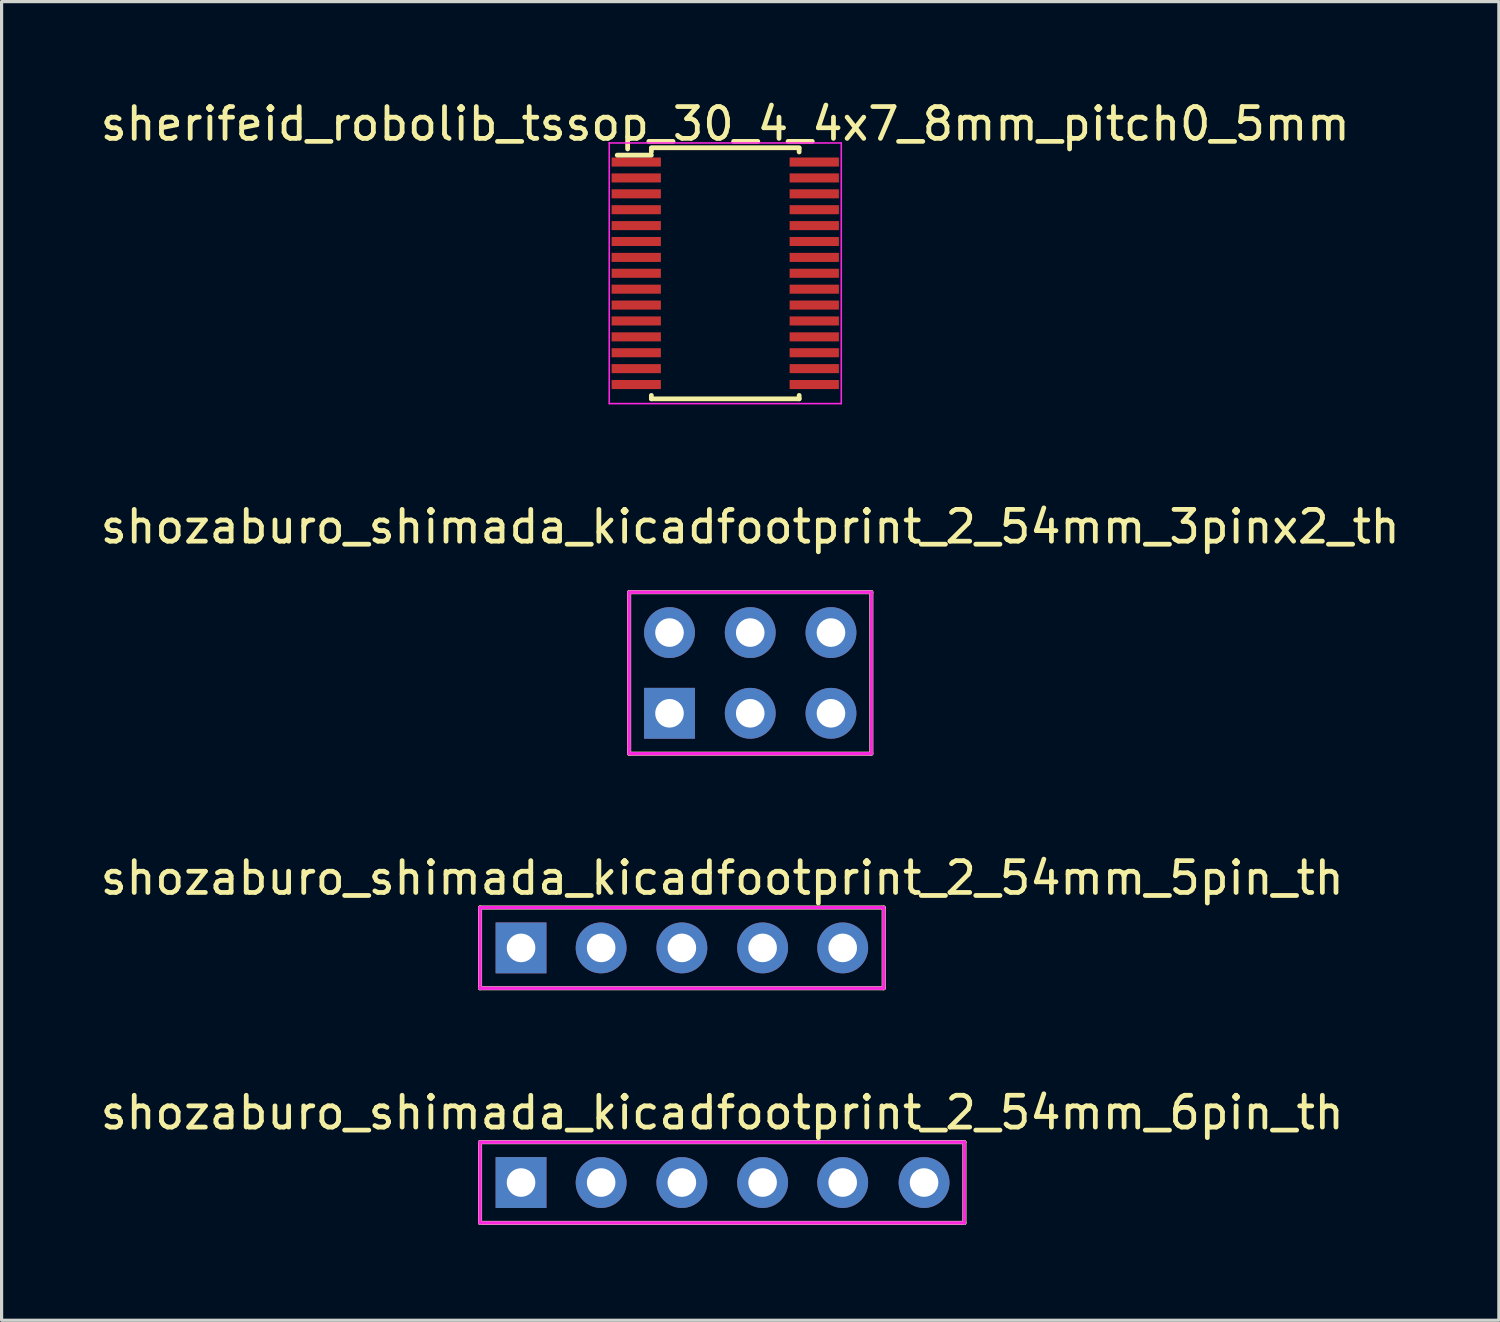
<source format=kicad_pcb>
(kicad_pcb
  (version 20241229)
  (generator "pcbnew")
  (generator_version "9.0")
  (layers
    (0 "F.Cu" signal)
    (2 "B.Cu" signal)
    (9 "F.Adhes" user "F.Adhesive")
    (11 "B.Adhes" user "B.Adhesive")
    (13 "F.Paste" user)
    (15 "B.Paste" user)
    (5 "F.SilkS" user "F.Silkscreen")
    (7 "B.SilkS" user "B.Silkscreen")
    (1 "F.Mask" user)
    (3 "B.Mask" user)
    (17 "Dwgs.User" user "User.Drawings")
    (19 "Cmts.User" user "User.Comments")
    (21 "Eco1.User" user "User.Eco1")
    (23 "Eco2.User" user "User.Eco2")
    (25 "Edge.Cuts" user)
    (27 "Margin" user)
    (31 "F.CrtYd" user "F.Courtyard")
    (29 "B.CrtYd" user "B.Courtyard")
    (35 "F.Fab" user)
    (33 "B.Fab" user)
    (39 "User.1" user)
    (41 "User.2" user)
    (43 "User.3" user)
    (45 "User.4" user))
  (footprint "shozaburo_shimada_kicadfootprint_2_54mm_6pin_th"
    (layer "F.Cu")
    (at 19.673 34.155)
    (property "Reference" "shozaburo_shimada_kicadfootprint_2_54mm_6pin_th" (at 0 -2.2 0) (layer "F.SilkS") (effects (font (size 1 1) (thickness 0.15))))
    (attr through_hole)
    (fp_line (start -7.62 -1.27) (end 7.62 -1.27) (stroke (width 0.127) (type solid)) (layer "F.SilkS"))
    (fp_line (start -7.62 1.27) (end -7.62 -1.27) (stroke (width 0.127) (type solid)) (layer "F.SilkS"))
    (fp_line (start 7.62 -1.27) (end 7.62 1.27) (stroke (width 0.127) (type solid)) (layer "F.SilkS"))
    (fp_line (start 7.62 1.27) (end -7.62 1.27) (stroke (width 0.127) (type solid)) (layer "F.SilkS"))
    (fp_line (start -7.62 -1.27) (end 7.62 -1.27) (stroke (width 0.1) (type solid)) (layer "F.CrtYd"))
    (fp_line (start -7.62 1.27) (end -7.62 -1.27) (stroke (width 0.1) (type solid)) (layer "F.CrtYd"))
    (fp_line (start 7.62 -1.27) (end 7.62 1.27) (stroke (width 0.1) (type solid)) (layer "F.CrtYd"))
    (fp_line (start 7.62 1.27) (end -7.62 1.27) (stroke (width 0.1) (type solid)) (layer "F.CrtYd"))
    (fp_line (start -7.62 -1.27) (end 7.62 -1.27) (stroke (width 0.1) (type solid)) (layer "F.Fab"))
    (fp_line (start -7.62 1.27) (end -7.62 -1.27) (stroke (width 0.1) (type solid)) (layer "F.Fab"))
    (fp_line (start 7.62 -1.27) (end 7.62 1.27) (stroke (width 0.1) (type solid)) (layer "F.Fab"))
    (fp_line (start 7.62 1.27) (end -7.62 1.27) (stroke (width 0.1) (type solid)) (layer "F.Fab"))
    (pad "1" thru_hole rect (at -6.33 0) (size 1.6 1.6) (drill 0.9) (layers "*.Cu" "*.Mask"))
    (pad "2" thru_hole circle (at -3.81 0) (size 1.6 1.6) (drill 0.9) (layers "*.Cu" "*.Mask"))
    (pad "3" thru_hole circle (at -1.27 0) (size 1.6 1.6) (drill 0.9) (layers "*.Cu" "*.Mask"))
    (pad "4" thru_hole circle (at 1.27 0) (size 1.6 1.6) (drill 0.9) (layers "*.Cu" "*.Mask"))
    (pad "5" thru_hole circle (at 3.79 0) (size 1.6 1.6) (drill 0.9) (layers "*.Cu" "*.Mask"))
    (pad "6" thru_hole circle (at 6.35 0) (size 1.6 1.6) (drill 0.9) (layers "*.Cu" "*.Mask")))
  (footprint "shozaburo_shimada_kicadfootprint_2_54mm_3pinx2_th"
    (layer "F.Cu")
    (at 20.554 18.122)
    (property "Reference" "shozaburo_shimada_kicadfootprint_2_54mm_3pinx2_th" (at 0 -4.6 0) (layer "F.SilkS") (effects (font (size 1 1) (thickness 0.15))))
    (attr through_hole)
    (fp_line (start -3.81 -2.54) (end 3.81 -2.54) (stroke (width 0.127) (type solid)) (layer "F.SilkS"))
    (fp_line (start -3.81 2.54) (end -3.81 -2.54) (stroke (width 0.127) (type solid)) (layer "F.SilkS"))
    (fp_line (start 3.81 -2.54) (end 3.81 2.54) (stroke (width 0.127) (type solid)) (layer "F.SilkS"))
    (fp_line (start 3.81 2.54) (end -3.81 2.54) (stroke (width 0.127) (type solid)) (layer "F.SilkS"))
    (fp_line (start -3.81 -2.54) (end 3.81 -2.54) (stroke (width 0.1) (type solid)) (layer "F.CrtYd"))
    (fp_line (start -3.81 2.54) (end -3.81 -2.54) (stroke (width 0.1) (type solid)) (layer "F.CrtYd"))
    (fp_line (start 3.81 -2.54) (end 3.81 2.54) (stroke (width 0.1) (type solid)) (layer "F.CrtYd"))
    (fp_line (start 3.81 2.54) (end -3.81 2.54) (stroke (width 0.1) (type solid)) (layer "F.CrtYd"))
    (fp_line (start -3.81 -2.54) (end 3.81 -2.54) (stroke (width 0.1) (type solid)) (layer "F.Fab"))
    (fp_line (start -3.81 2.54) (end -3.81 -2.54) (stroke (width 0.1) (type solid)) (layer "F.Fab"))
    (fp_line (start 3.81 -2.54) (end 3.81 2.54) (stroke (width 0.1) (type solid)) (layer "F.Fab"))
    (fp_line (start 3.81 2.54) (end -3.81 2.54) (stroke (width 0.1) (type solid)) (layer "F.Fab"))
    (pad "1" thru_hole rect (at -2.54 1.27) (size 1.6 1.6) (drill 0.9) (layers "*.Cu" "*.Mask"))
    (pad "2" thru_hole circle (at -2.54 -1.27) (size 1.6 1.6) (drill 0.9) (layers "*.Cu" "*.Mask"))
    (pad "3" thru_hole circle (at 0 1.27) (size 1.6 1.6) (drill 0.9) (layers "*.Cu" "*.Mask"))
    (pad "4" thru_hole circle (at 0 -1.27) (size 1.6 1.6) (drill 0.9) (layers "*.Cu" "*.Mask"))
    (pad "5" thru_hole circle (at 2.54 1.27) (size 1.6 1.6) (drill 0.9) (layers "*.Cu" "*.Mask"))
    (pad "6" thru_hole circle (at 2.54 -1.27) (size 1.6 1.6) (drill 0.9) (layers "*.Cu" "*.Mask")))
  (footprint "shozaburo_shimada_kicadfootprint_2_54mm_5pin_th"
    (layer "F.Cu")
    (at 18.403 26.773)
    (property "Reference" "shozaburo_shimada_kicadfootprint_2_54mm_5pin_th" (at 1.27 -2.2 0) (layer "F.SilkS") (effects (font (size 1 1) (thickness 0.15))))
    (attr through_hole)
    (fp_line (start -6.35 -1.27) (end 6.35 -1.27) (stroke (width 0.127) (type solid)) (layer "F.SilkS"))
    (fp_line (start -6.35 1.27) (end -6.35 -1.27) (stroke (width 0.127) (type solid)) (layer "F.SilkS"))
    (fp_line (start 6.35 -1.27) (end 6.35 1.27) (stroke (width 0.127) (type solid)) (layer "F.SilkS"))
    (fp_line (start 6.35 1.27) (end -6.35 1.27) (stroke (width 0.127) (type solid)) (layer "F.SilkS"))
    (fp_line (start -6.35 -1.27) (end 6.35 -1.27) (stroke (width 0.1) (type solid)) (layer "F.CrtYd"))
    (fp_line (start -6.35 1.27) (end -6.35 -1.27) (stroke (width 0.1) (type solid)) (layer "F.CrtYd"))
    (fp_line (start 6.35 -1.27) (end 6.35 1.27) (stroke (width 0.1) (type solid)) (layer "F.CrtYd"))
    (fp_line (start 6.35 1.27) (end -6.35 1.27) (stroke (width 0.1) (type solid)) (layer "F.CrtYd"))
    (fp_line (start -6.35 -1.27) (end 6.35 -1.27) (stroke (width 0.1) (type solid)) (layer "F.Fab"))
    (fp_line (start -6.35 1.27) (end -6.35 -1.27) (stroke (width 0.1) (type solid)) (layer "F.Fab"))
    (fp_line (start 6.35 -1.27) (end 6.35 1.27) (stroke (width 0.1) (type solid)) (layer "F.Fab"))
    (fp_line (start 6.35 1.27) (end -6.35 1.27) (stroke (width 0.1) (type solid)) (layer "F.Fab"))
    (pad "1" thru_hole rect (at -5.06 0) (size 1.6 1.6) (drill 0.9) (layers "*.Cu" "*.Mask"))
    (pad "2" thru_hole circle (at -2.54 0) (size 1.6 1.6) (drill 0.9) (layers "*.Cu" "*.Mask"))
    (pad "3" thru_hole circle (at 0 0) (size 1.6 1.6) (drill 0.9) (layers "*.Cu" "*.Mask"))
    (pad "4" thru_hole circle (at 2.54 0) (size 1.6 1.6) (drill 0.9) (layers "*.Cu" "*.Mask"))
    (pad "5" thru_hole circle (at 5.06 0) (size 1.6 1.6) (drill 0.9) (layers "*.Cu" "*.Mask")))
  (footprint "sherifeid_robolib_tssop_30_4_4x7_8mm_pitch0_5mm"
    (layer "F.Cu")
    (at 19.768 5.548)
    (property "Reference" "sherifeid_robolib_tssop_30_4_4x7_8mm_pitch0_5mm" (at 0 -4.7 0) (layer "F.SilkS") (effects (font (size 1 1) (thickness 0.15))))
    (attr smd)
    (fp_line (start -2.325 -3.95) (end 2.325 -3.95) (stroke (width 0.15) (type solid)) (layer "F.SilkS"))
    (fp_line (start -2.325 -3.925) (end -2.325 -3.817) (stroke (width 0.15) (type solid)) (layer "F.SilkS"))
    (fp_line (start -2.325 -3.717) (end -3.4 -3.717) (stroke (width 0.15) (type solid)) (layer "F.SilkS"))
    (fp_line (start -2.325 3.95) (end -2.325 3.842) (stroke (width 0.15) (type solid)) (layer "F.SilkS"))
    (fp_line (start -2.325 3.95) (end 2.325 3.95) (stroke (width 0.15) (type solid)) (layer "F.SilkS"))
    (fp_line (start 2.325 -3.925) (end 2.325 -3.817) (stroke (width 0.15) (type solid)) (layer "F.SilkS"))
    (fp_line (start 2.325 3.95) (end 2.325 3.842) (stroke (width 0.15) (type solid)) (layer "F.SilkS"))
    (fp_line (start -3.65 -4.1) (end -3.65 4.1) (stroke (width 0.05) (type solid)) (layer "F.CrtYd"))
    (fp_line (start -3.65 -4.1) (end 3.65 -4.1) (stroke (width 0.05) (type solid)) (layer "F.CrtYd"))
    (fp_line (start -3.65 4.1) (end 3.65 4.1) (stroke (width 0.05) (type solid)) (layer "F.CrtYd"))
    (fp_line (start 3.65 -4.1) (end 3.65 4.1) (stroke (width 0.05) (type solid)) (layer "F.CrtYd"))
    (pad "1" smd rect (at -2.8 -3.5) (size 1.55 0.285) (layers "F.Cu" "F.Mask" "F.Paste"))
    (pad "2" smd rect (at -2.8 -3) (size 1.55 0.285) (layers "F.Cu" "F.Mask" "F.Paste"))
    (pad "3" smd rect (at -2.8 -2.5) (size 1.55 0.285) (layers "F.Cu" "F.Mask" "F.Paste"))
    (pad "4" smd rect (at -2.8 -2) (size 1.55 0.285) (layers "F.Cu" "F.Mask" "F.Paste"))
    (pad "5" smd rect (at -2.8 -1.5) (size 1.55 0.285) (layers "F.Cu" "F.Mask" "F.Paste"))
    (pad "6" smd rect (at -2.8 -1) (size 1.55 0.285) (layers "F.Cu" "F.Mask" "F.Paste"))
    (pad "7" smd rect (at -2.8 -0.5) (size 1.55 0.285) (layers "F.Cu" "F.Mask" "F.Paste"))
    (pad "8" smd rect (at -2.8 0) (size 1.55 0.285) (layers "F.Cu" "F.Mask" "F.Paste"))
    (pad "9" smd rect (at -2.8 0.5) (size 1.55 0.285) (layers "F.Cu" "F.Mask" "F.Paste"))
    (pad "10" smd rect (at -2.8 1) (size 1.55 0.285) (layers "F.Cu" "F.Mask" "F.Paste"))
    (pad "11" smd rect (at -2.8 1.5) (size 1.55 0.285) (layers "F.Cu" "F.Mask" "F.Paste"))
    (pad "12" smd rect (at -2.8 2) (size 1.55 0.285) (layers "F.Cu" "F.Mask" "F.Paste"))
    (pad "13" smd rect (at -2.8 2.5) (size 1.55 0.285) (layers "F.Cu" "F.Mask" "F.Paste"))
    (pad "14" smd rect (at -2.8 3) (size 1.55 0.285) (layers "F.Cu" "F.Mask" "F.Paste"))
    (pad "15" smd rect (at -2.8 3.5) (size 1.55 0.285) (layers "F.Cu" "F.Mask" "F.Paste"))
    (pad "16" smd rect (at 2.8 3.5) (size 1.55 0.285) (layers "F.Cu" "F.Mask" "F.Paste"))
    (pad "17" smd rect (at 2.8 3) (size 1.55 0.285) (layers "F.Cu" "F.Mask" "F.Paste"))
    (pad "18" smd rect (at 2.8 2.5) (size 1.55 0.285) (layers "F.Cu" "F.Mask" "F.Paste"))
    (pad "19" smd rect (at 2.8 2) (size 1.55 0.285) (layers "F.Cu" "F.Mask" "F.Paste"))
    (pad "20" smd rect (at 2.8 1.5) (size 1.55 0.285) (layers "F.Cu" "F.Mask" "F.Paste"))
    (pad "21" smd rect (at 2.8 1) (size 1.55 0.285) (layers "F.Cu" "F.Mask" "F.Paste"))
    (pad "22" smd rect (at 2.8 0.5) (size 1.55 0.285) (layers "F.Cu" "F.Mask" "F.Paste"))
    (pad "23" smd rect (at 2.8 0) (size 1.55 0.285) (layers "F.Cu" "F.Mask" "F.Paste"))
    (pad "24" smd rect (at 2.8 -0.5) (size 1.55 0.285) (layers "F.Cu" "F.Mask" "F.Paste"))
    (pad "25" smd rect (at 2.8 -1) (size 1.55 0.285) (layers "F.Cu" "F.Mask" "F.Paste"))
    (pad "26" smd rect (at 2.8 -1.5) (size 1.55 0.285) (layers "F.Cu" "F.Mask" "F.Paste"))
    (pad "27" smd rect (at 2.8 -2) (size 1.55 0.285) (layers "F.Cu" "F.Mask" "F.Paste"))
    (pad "28" smd rect (at 2.8 -2.5) (size 1.55 0.285) (layers "F.Cu" "F.Mask" "F.Paste"))
    (pad "29" smd rect (at 2.8 -3) (size 1.55 0.285) (layers "F.Cu" "F.Mask" "F.Paste"))
    (pad "30" smd rect (at 2.8 -3.5) (size 1.55 0.285) (layers "F.Cu" "F.Mask" "F.Paste")))
  (gr_rect
    (start -3 -3)
    (end 44.107 38.489)
    (stroke (width 0.1) (type default))
    (fill no)
    (layer "Edge.Cuts")))
</source>
